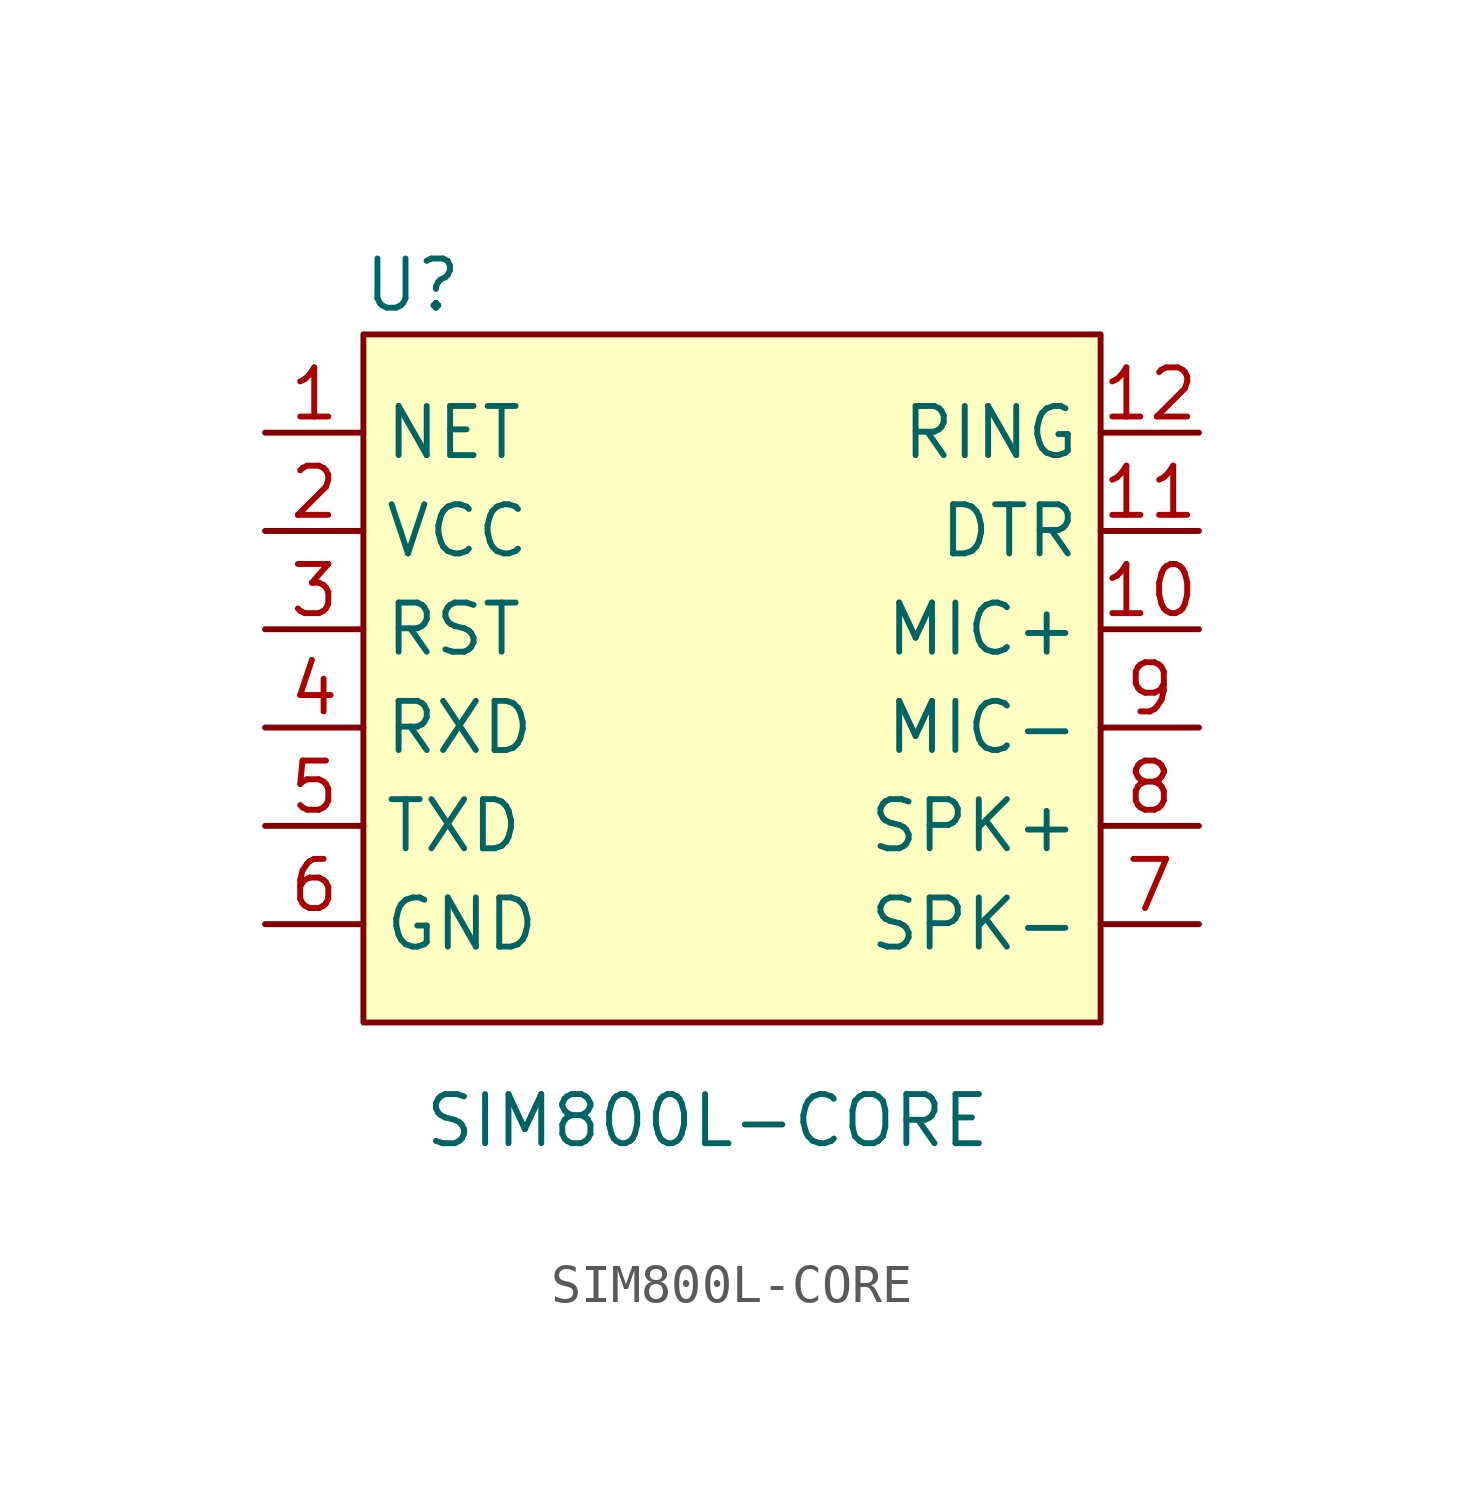
<source format=kicad_sym>
(kicad_symbol_lib
  (version 20241209)
  (generator "kicad_symbol_editor")
  (generator_version "9.0")
  (symbol "SIM800L-CORE"
    (property "Reference" "U"
      (at -7.62 8.89 0)
      (effects (font (size 1.27 1.27))))
    (property "Value" "SIM800L-CORE"
      (at 0 -12.7 0)
      (effects (font (size 1.27 1.27))))
    (symbol "SIM800L-CORE_0_1"
      (rectangle (start -8.89 7.62) (end 10.16 -10.16) (stroke (width 0.152) (type default)) (fill (type background))))
    (symbol "SIM800L-CORE_1_1"
      (pin bidirectional line (at -11.43 5.08 0) (length 2.54) (name "NET" (effects (font (size 1.27 1.27)))) (number "1" (effects (font (size 1.27 1.27)))))
      (pin power_in line (at -11.43 2.54 0) (length 2.54) (name "VCC" (effects (font (size 1.27 1.27)))) (number "2" (effects (font (size 1.27 1.27)))))
      (pin input line (at -11.43 0 0) (length 2.54) (name "RST" (effects (font (size 1.27 1.27)))) (number "3" (effects (font (size 1.27 1.27)))))
      (pin input line (at -11.43 -2.54 0) (length 2.54) (name "RXD" (effects (font (size 1.27 1.27)))) (number "4" (effects (font (size 1.27 1.27)))))
      (pin output line (at -11.43 -5.08 0) (length 2.54) (name "TXD" (effects (font (size 1.27 1.27)))) (number "5" (effects (font (size 1.27 1.27)))))
      (pin power_in line (at -11.43 -7.62 0) (length 2.54) (name "GND" (effects (font (size 1.27 1.27)))) (number "6" (effects (font (size 1.27 1.27)))))
      (pin output line (at 12.7 5.08 180) (length 2.54) (name "RING" (effects (font (size 1.27 1.27)))) (number "12" (effects (font (size 1.27 1.27)))))
      (pin passive line (at 12.7 2.54 180) (length 2.54) (name "DTR" (effects (font (size 1.27 1.27)))) (number "11" (effects (font (size 1.27 1.27)))))
      (pin output line (at 12.7 0 180) (length 2.54) (name "MIC+" (effects (font (size 1.27 1.27)))) (number "10" (effects (font (size 1.27 1.27)))))
      (pin output line (at 12.7 -2.54 180) (length 2.54) (name "MIC-" (effects (font (size 1.27 1.27)))) (number "9" (effects (font (size 1.27 1.27)))))
      (pin output line (at 12.7 -5.08 180) (length 2.54) (name "SPK+" (effects (font (size 1.27 1.27)))) (number "8" (effects (font (size 1.27 1.27)))))
      (pin output line (at 12.7 -7.62 180) (length 2.54) (name "SPK-" (effects (font (size 1.27 1.27)))) (number "7" (effects (font (size 1.27 1.27))))))))
</source>
